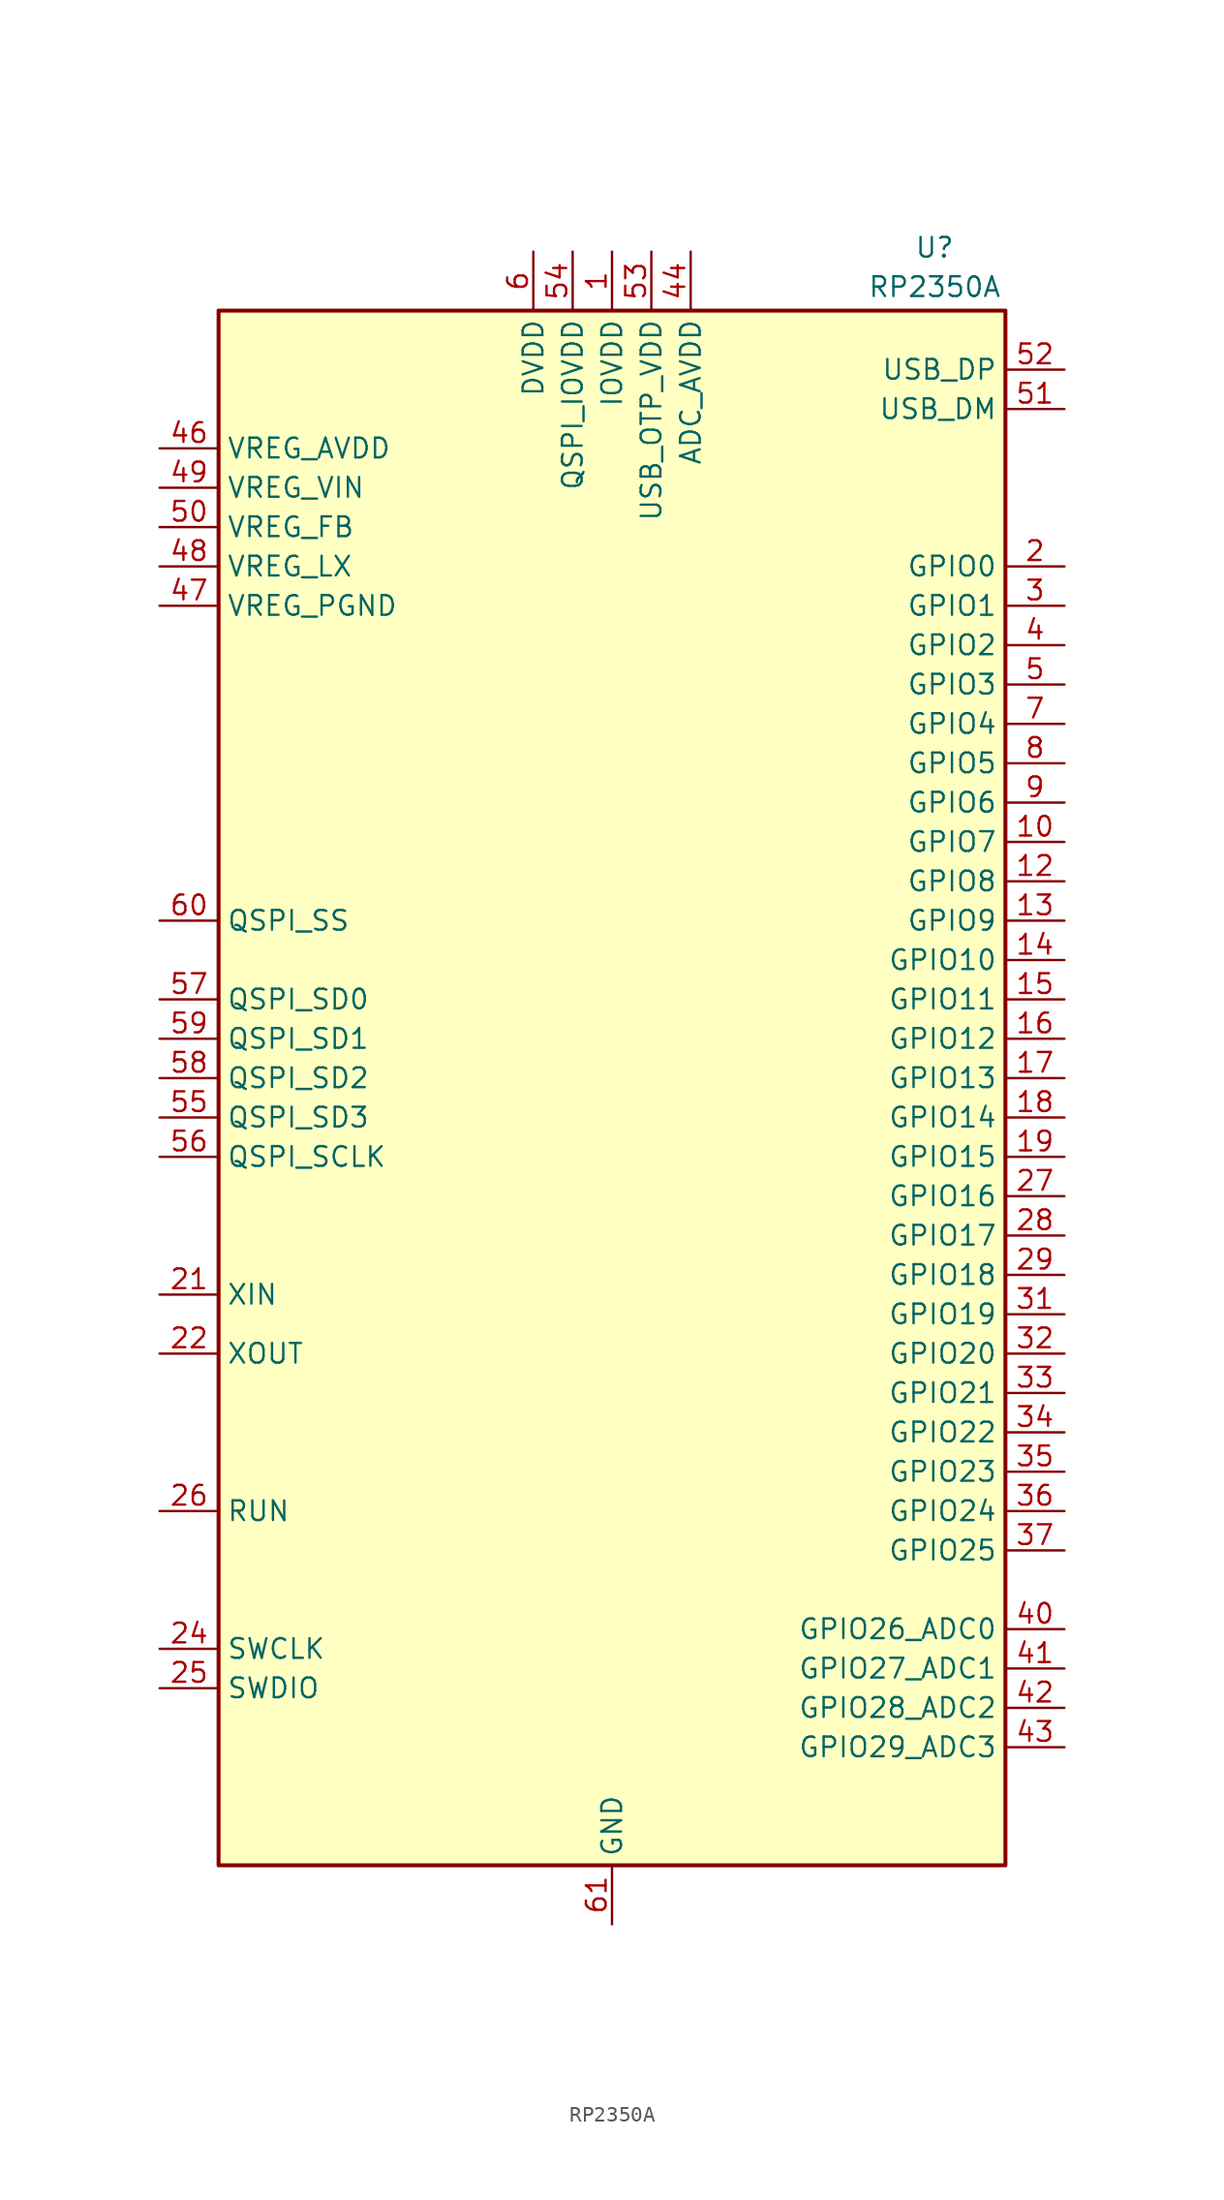
<source format=kicad_sym>
(kicad_symbol_lib
  (version 20241209)
  (generator "kicad_symbol_editor")
  (generator_version "9.0")
  (symbol "RP2350A"
    (property "Reference" "U"
      (at 20.828 53.594 0)
      (effects (font (size 1.27 1.27))))
    (property "Value" "RP2350A"
      (at 20.828 51.054 0)
      (effects (font (size 1.27 1.27))))
    (symbol "RP2350A_0_1"
      (rectangle (start -25.4 49.53) (end 25.4 -50.8) (stroke (width 0.254) (type default)) (fill (type background))))
    (symbol "RP2350A_1_1"
      (pin power_in line (at -29.21 40.64 0) (length 3.81) (name "VREG_AVDD" (effects (font (size 1.27 1.27)))) (number "46" (effects (font (size 1.27 1.27)))))
      (pin power_in line (at -29.21 38.1 0) (length 3.81) (name "VREG_VIN" (effects (font (size 1.27 1.27)))) (number "49" (effects (font (size 1.27 1.27)))))
      (pin input line (at -29.21 35.56 0) (length 3.81) (name "VREG_FB" (effects (font (size 1.27 1.27)))) (number "50" (effects (font (size 1.27 1.27)))))
      (pin power_out line (at -29.21 33.02 0) (length 3.81) (name "VREG_LX" (effects (font (size 1.27 1.27)))) (number "48" (effects (font (size 1.27 1.27)))))
      (pin power_in line (at -29.21 30.48 0) (length 3.81) (name "VREG_PGND" (effects (font (size 1.27 1.27)))) (number "47" (effects (font (size 1.27 1.27)))))
      (pin bidirectional line (at -29.21 10.16 0) (length 3.81) (name "QSPI_SS" (effects (font (size 1.27 1.27)))) (number "60" (effects (font (size 1.27 1.27)))))
      (pin bidirectional line (at -29.21 5.08 0) (length 3.81) (name "QSPI_SD0" (effects (font (size 1.27 1.27)))) (number "57" (effects (font (size 1.27 1.27)))))
      (pin bidirectional line (at -29.21 2.54 0) (length 3.81) (name "QSPI_SD1" (effects (font (size 1.27 1.27)))) (number "59" (effects (font (size 1.27 1.27)))))
      (pin bidirectional line (at -29.21 0 0) (length 3.81) (name "QSPI_SD2" (effects (font (size 1.27 1.27)))) (number "58" (effects (font (size 1.27 1.27)))))
      (pin bidirectional line (at -29.21 -2.54 0) (length 3.81) (name "QSPI_SD3" (effects (font (size 1.27 1.27)))) (number "55" (effects (font (size 1.27 1.27)))))
      (pin output line (at -29.21 -5.08 0) (length 3.81) (name "QSPI_SCLK" (effects (font (size 1.27 1.27)))) (number "56" (effects (font (size 1.27 1.27)))))
      (pin input line (at -29.21 -13.97 0) (length 3.81) (name "XIN" (effects (font (size 1.27 1.27)))) (number "21" (effects (font (size 1.27 1.27)))))
      (pin passive line (at -29.21 -17.78 0) (length 3.81) (name "XOUT" (effects (font (size 1.27 1.27)))) (number "22" (effects (font (size 1.27 1.27)))))
      (pin input line (at -29.21 -27.94 0) (length 3.81) (name "RUN" (effects (font (size 1.27 1.27)))) (number "26" (effects (font (size 1.27 1.27)))))
      (pin output line (at -29.21 -36.83 0) (length 3.81) (name "SWCLK" (effects (font (size 1.27 1.27)))) (number "24" (effects (font (size 1.27 1.27)))))
      (pin bidirectional line (at -29.21 -39.37 0) (length 3.81) (name "SWDIO" (effects (font (size 1.27 1.27)))) (number "25" (effects (font (size 1.27 1.27)))))
      (pin passive line (at -5.08 53.34 270) (length 3.81) (hide yes) (name "DVDD" (effects (font (size 1.27 1.27)))) (number "23" (effects (font (size 1.27 1.27)))))
      (pin passive line (at -5.08 53.34 270) (length 3.81) (hide yes) (name "DVDD" (effects (font (size 1.27 1.27)))) (number "39" (effects (font (size 1.27 1.27)))))
      (pin power_in line (at -5.08 53.34 270) (length 3.81) (name "DVDD" (effects (font (size 1.27 1.27)))) (number "6" (effects (font (size 1.27 1.27)))))
      (pin power_in line (at -2.54 53.34 270) (length 3.81) (name "QSPI_IOVDD" (effects (font (size 1.27 1.27)))) (number "54" (effects (font (size 1.27 1.27)))))
      (pin power_in line (at 0 53.34 270) (length 3.81) (name "IOVDD" (effects (font (size 1.27 1.27)))) (number "1" (effects (font (size 1.27 1.27)))))
      (pin passive line (at 0 53.34 270) (length 3.81) (hide yes) (name "IOVDD" (effects (font (size 1.27 1.27)))) (number "11" (effects (font (size 1.27 1.27)))))
      (pin passive line (at 0 53.34 270) (length 3.81) (hide yes) (name "IOVDD" (effects (font (size 1.27 1.27)))) (number "20" (effects (font (size 1.27 1.27)))))
      (pin passive line (at 0 53.34 270) (length 3.81) (hide yes) (name "IOVDD" (effects (font (size 1.27 1.27)))) (number "30" (effects (font (size 1.27 1.27)))))
      (pin passive line (at 0 53.34 270) (length 3.81) (hide yes) (name "IOVDD" (effects (font (size 1.27 1.27)))) (number "38" (effects (font (size 1.27 1.27)))))
      (pin passive line (at 0 53.34 270) (length 3.81) (hide yes) (name "IOVDD" (effects (font (size 1.27 1.27)))) (number "45" (effects (font (size 1.27 1.27)))))
      (pin power_in line (at 0 -54.61 90) (length 3.81) (name "GND" (effects (font (size 1.27 1.27)))) (number "61" (effects (font (size 1.27 1.27)))))
      (pin power_in line (at 2.54 53.34 270) (length 3.81) (name "USB_OTP_VDD" (effects (font (size 1.27 1.27)))) (number "53" (effects (font (size 1.27 1.27)))))
      (pin power_in line (at 5.08 53.34 270) (length 3.81) (name "ADC_AVDD" (effects (font (size 1.27 1.27)))) (number "44" (effects (font (size 1.27 1.27)))))
      (pin bidirectional line (at 29.21 45.72 180) (length 3.81) (name "USB_DP" (effects (font (size 1.27 1.27)))) (number "52" (effects (font (size 1.27 1.27)))))
      (pin bidirectional line (at 29.21 43.18 180) (length 3.81) (name "USB_DM" (effects (font (size 1.27 1.27)))) (number "51" (effects (font (size 1.27 1.27)))))
      (pin bidirectional line (at 29.21 33.02 180) (length 3.81) (name "GPIO0" (effects (font (size 1.27 1.27)))) (number "2" (effects (font (size 1.27 1.27)))))
      (pin bidirectional line (at 29.21 30.48 180) (length 3.81) (name "GPIO1" (effects (font (size 1.27 1.27)))) (number "3" (effects (font (size 1.27 1.27)))))
      (pin bidirectional line (at 29.21 27.94 180) (length 3.81) (name "GPIO2" (effects (font (size 1.27 1.27)))) (number "4" (effects (font (size 1.27 1.27)))))
      (pin bidirectional line (at 29.21 25.4 180) (length 3.81) (name "GPIO3" (effects (font (size 1.27 1.27)))) (number "5" (effects (font (size 1.27 1.27)))))
      (pin bidirectional line (at 29.21 22.86 180) (length 3.81) (name "GPIO4" (effects (font (size 1.27 1.27)))) (number "7" (effects (font (size 1.27 1.27)))))
      (pin bidirectional line (at 29.21 20.32 180) (length 3.81) (name "GPIO5" (effects (font (size 1.27 1.27)))) (number "8" (effects (font (size 1.27 1.27)))))
      (pin bidirectional line (at 29.21 17.78 180) (length 3.81) (name "GPIO6" (effects (font (size 1.27 1.27)))) (number "9" (effects (font (size 1.27 1.27)))))
      (pin bidirectional line (at 29.21 15.24 180) (length 3.81) (name "GPIO7" (effects (font (size 1.27 1.27)))) (number "10" (effects (font (size 1.27 1.27)))))
      (pin bidirectional line (at 29.21 12.7 180) (length 3.81) (name "GPIO8" (effects (font (size 1.27 1.27)))) (number "12" (effects (font (size 1.27 1.27)))))
      (pin bidirectional line (at 29.21 10.16 180) (length 3.81) (name "GPIO9" (effects (font (size 1.27 1.27)))) (number "13" (effects (font (size 1.27 1.27)))))
      (pin bidirectional line (at 29.21 7.62 180) (length 3.81) (name "GPIO10" (effects (font (size 1.27 1.27)))) (number "14" (effects (font (size 1.27 1.27)))))
      (pin bidirectional line (at 29.21 5.08 180) (length 3.81) (name "GPIO11" (effects (font (size 1.27 1.27)))) (number "15" (effects (font (size 1.27 1.27)))))
      (pin bidirectional line (at 29.21 2.54 180) (length 3.81) (name "GPIO12" (effects (font (size 1.27 1.27)))) (number "16" (effects (font (size 1.27 1.27)))))
      (pin bidirectional line (at 29.21 0 180) (length 3.81) (name "GPIO13" (effects (font (size 1.27 1.27)))) (number "17" (effects (font (size 1.27 1.27)))))
      (pin bidirectional line (at 29.21 -2.54 180) (length 3.81) (name "GPIO14" (effects (font (size 1.27 1.27)))) (number "18" (effects (font (size 1.27 1.27)))))
      (pin bidirectional line (at 29.21 -5.08 180) (length 3.81) (name "GPIO15" (effects (font (size 1.27 1.27)))) (number "19" (effects (font (size 1.27 1.27)))))
      (pin bidirectional line (at 29.21 -7.62 180) (length 3.81) (name "GPIO16" (effects (font (size 1.27 1.27)))) (number "27" (effects (font (size 1.27 1.27)))))
      (pin bidirectional line (at 29.21 -10.16 180) (length 3.81) (name "GPIO17" (effects (font (size 1.27 1.27)))) (number "28" (effects (font (size 1.27 1.27)))))
      (pin bidirectional line (at 29.21 -12.7 180) (length 3.81) (name "GPIO18" (effects (font (size 1.27 1.27)))) (number "29" (effects (font (size 1.27 1.27)))))
      (pin bidirectional line (at 29.21 -15.24 180) (length 3.81) (name "GPIO19" (effects (font (size 1.27 1.27)))) (number "31" (effects (font (size 1.27 1.27)))))
      (pin bidirectional line (at 29.21 -17.78 180) (length 3.81) (name "GPIO20" (effects (font (size 1.27 1.27)))) (number "32" (effects (font (size 1.27 1.27)))))
      (pin bidirectional line (at 29.21 -20.32 180) (length 3.81) (name "GPIO21" (effects (font (size 1.27 1.27)))) (number "33" (effects (font (size 1.27 1.27)))))
      (pin bidirectional line (at 29.21 -22.86 180) (length 3.81) (name "GPIO22" (effects (font (size 1.27 1.27)))) (number "34" (effects (font (size 1.27 1.27)))))
      (pin bidirectional line (at 29.21 -25.4 180) (length 3.81) (name "GPIO23" (effects (font (size 1.27 1.27)))) (number "35" (effects (font (size 1.27 1.27)))))
      (pin bidirectional line (at 29.21 -27.94 180) (length 3.81) (name "GPIO24" (effects (font (size 1.27 1.27)))) (number "36" (effects (font (size 1.27 1.27)))))
      (pin bidirectional line (at 29.21 -30.48 180) (length 3.81) (name "GPIO25" (effects (font (size 1.27 1.27)))) (number "37" (effects (font (size 1.27 1.27)))))
      (pin bidirectional line (at 29.21 -35.56 180) (length 3.81) (name "GPIO26_ADC0" (effects (font (size 1.27 1.27)))) (number "40" (effects (font (size 1.27 1.27)))))
      (pin bidirectional line (at 29.21 -38.1 180) (length 3.81) (name "GPIO27_ADC1" (effects (font (size 1.27 1.27)))) (number "41" (effects (font (size 1.27 1.27)))))
      (pin bidirectional line (at 29.21 -40.64 180) (length 3.81) (name "GPIO28_ADC2" (effects (font (size 1.27 1.27)))) (number "42" (effects (font (size 1.27 1.27)))))
      (pin bidirectional line (at 29.21 -43.18 180) (length 3.81) (name "GPIO29_ADC3" (effects (font (size 1.27 1.27)))) (number "43" (effects (font (size 1.27 1.27))))))))
</source>
